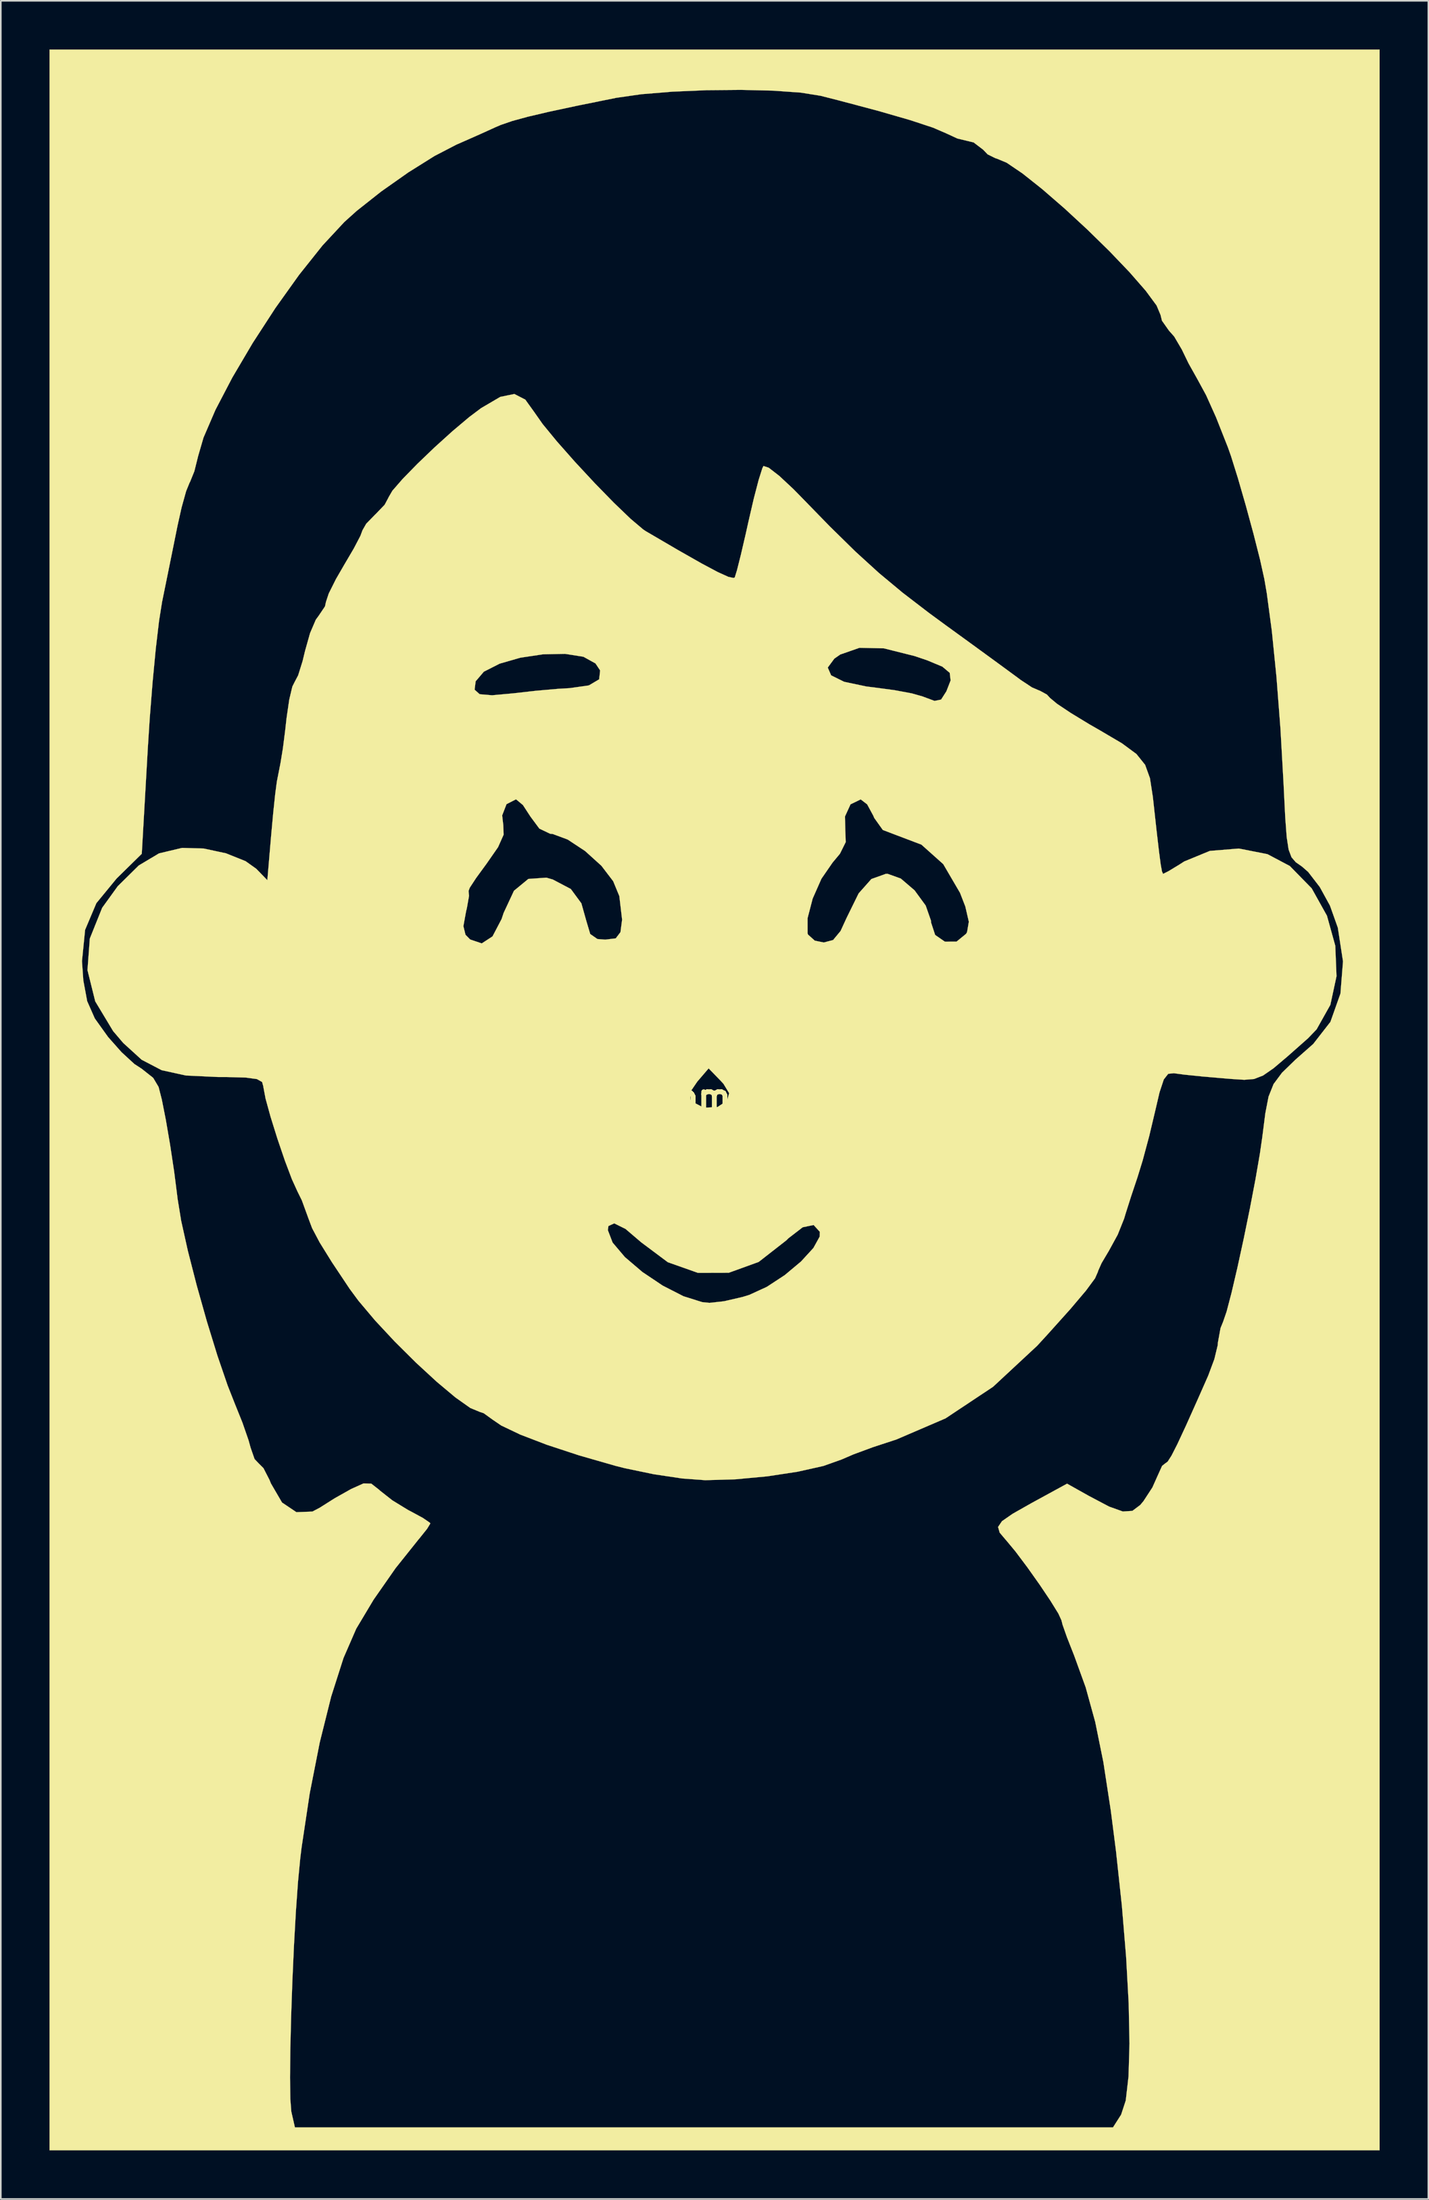
<source format=kicad_pcb>
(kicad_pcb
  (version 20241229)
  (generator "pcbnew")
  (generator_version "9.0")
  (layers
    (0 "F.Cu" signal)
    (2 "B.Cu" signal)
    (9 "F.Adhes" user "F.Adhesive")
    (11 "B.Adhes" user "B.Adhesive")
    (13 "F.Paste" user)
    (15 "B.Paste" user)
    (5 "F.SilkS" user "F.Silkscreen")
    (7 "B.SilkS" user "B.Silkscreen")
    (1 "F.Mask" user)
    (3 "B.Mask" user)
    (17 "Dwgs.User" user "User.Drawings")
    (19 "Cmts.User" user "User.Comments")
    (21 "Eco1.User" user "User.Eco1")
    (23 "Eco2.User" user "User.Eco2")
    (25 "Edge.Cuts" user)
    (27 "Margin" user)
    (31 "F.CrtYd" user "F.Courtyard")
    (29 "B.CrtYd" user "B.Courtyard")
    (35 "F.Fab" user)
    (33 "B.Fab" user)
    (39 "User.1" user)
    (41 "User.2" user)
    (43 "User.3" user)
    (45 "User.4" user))
  (footprint "women"
    (layer "F.Cu")
    (at 40.838 64.563)
    (property "Reference" "women" (at 0 0 0) (layer "F.SilkS") (effects (font (size 1.524 1.524) (thickness 0.3))))
    (attr through_hole)
    (fp_poly (pts (xy 41.154 64.911) (xy -40.833 64.911) (xy -40.833 -8.376) (xy -38.835 -8.376) (xy -38.752 -7.188) (xy -38.514 -5.909) (xy -38.044 -4.844) (xy -37.224 -3.698) (xy -36.394 -2.763) (xy -35.605 -2.037) (xy -35.151 -1.741) (xy -34.445 -1.182) (xy -34.113 -0.624) (xy -33.914 0.151) (xy -33.664 1.417) (xy -33.399 2.968) (xy -33.153 4.596) (xy -32.962 6.093) (xy -32.944 6.255) (xy -32.719 7.634) (xy -32.308 9.48) (xy -31.763 11.605) (xy -31.138 13.822) (xy -30.485 15.941) (xy -29.856 17.776) (xy -29.423 18.874) (xy -28.944 20.064) (xy -28.566 21.155) (xy -28.441 21.608) (xy -28.197 22.309) (xy -27.942 22.578) (xy -27.648 22.871) (xy -27.275 23.598) (xy -27.189 23.812) (xy -26.503 24.99) (xy -25.617 25.585) (xy -24.63 25.548) (xy -24.164 25.301) (xy -23.254 24.725) (xy -22.247 24.159) (xy -22.227 24.149) (xy -21.477 23.812) (xy -21.002 23.826) (xy -20.512 24.209) (xy -20.459 24.261) (xy -19.705 24.854) (xy -18.736 25.448) (xy -18.568 25.535) (xy -17.819 25.941) (xy -17.396 26.231) (xy -17.362 26.282) (xy -17.56 26.609) (xy -18.041 27.209) (xy -18.085 27.26) (xy -19.505 29.037) (xy -20.861 30.981) (xy -21.928 32.765) (xy -22.713 34.57) (xy -23.474 36.951) (xy -24.179 39.777) (xy -24.797 42.917) (xy -25.297 46.243) (xy -25.38 46.919) (xy -25.518 48.356) (xy -25.649 50.182) (xy -25.766 52.261) (xy -25.865 54.46) (xy -25.942 56.643) (xy -25.992 58.676) (xy -26.01 60.423) (xy -25.992 61.75) (xy -25.932 62.522) (xy -25.923 62.564) (xy -25.709 63.5) (xy 24.72 63.5) (xy 25.221 62.716) (xy 25.507 61.843) (xy 25.678 60.356) (xy 25.737 58.334) (xy 25.687 55.857) (xy 25.53 53.004) (xy 25.269 49.854) (xy 24.907 46.487) (xy 24.585 43.973) (xy 24.126 40.984) (xy 23.625 38.516) (xy 23.038 36.385) (xy 22.321 34.407) (xy 22.29 34.33) (xy 21.881 33.289) (xy 21.61 32.517) (xy 21.542 32.246) (xy 21.354 31.835) (xy 20.865 31.044) (xy 20.187 30.035) (xy 19.432 28.97) (xy 18.711 28.01) (xy 18.136 27.317) (xy 18.104 27.283) (xy 17.735 26.846) (xy 17.635 26.496) (xy 17.876 26.14) (xy 18.532 25.684) (xy 19.676 25.036) (xy 20.027 24.844) (xy 21.888 23.828) (xy 23.242 24.587) (xy 24.484 25.242) (xy 25.326 25.543) (xy 25.914 25.506) (xy 26.397 25.143) (xy 26.593 24.912) (xy 27.149 24.061) (xy 27.479 23.322) (xy 27.746 22.733) (xy 27.94 22.578) (xy 28.089 22.471) (xy 28.327 22.099) (xy 28.693 21.38) (xy 29.226 20.234) (xy 29.965 18.583) (xy 30.591 17.165) (xy 30.969 16.15) (xy 31.175 15.298) (xy 31.187 15.131) (xy 31.349 14.239) (xy 31.51 13.842) (xy 31.723 13.223) (xy 32.027 12.063) (xy 32.389 10.516) (xy 32.777 8.734) (xy 33.159 6.868) (xy 33.502 5.072) (xy 33.774 3.498) (xy 33.923 2.469) (xy 34.11 1.003) (xy 34.309 -0.026) (xy 34.618 -0.8) (xy 35.136 -1.497) (xy 35.961 -2.299) (xy 37.064 -3.273) (xy 38.123 -4.633) (xy 38.741 -6.378) (xy 38.899 -8.362) (xy 38.579 -10.44) (xy 38.095 -11.799) (xy 37.466 -12.946) (xy 36.751 -13.874) (xy 36.365 -14.21) (xy 35.986 -14.475) (xy 35.723 -14.78) (xy 35.546 -15.252) (xy 35.428 -16.022) (xy 35.339 -17.217) (xy 35.251 -18.968) (xy 35.235 -19.309) (xy 35.043 -22.713) (xy 34.797 -25.899) (xy 34.512 -28.726) (xy 34.2 -31.055) (xy 34.05 -31.926) (xy 33.785 -33.123) (xy 33.381 -34.716) (xy 32.904 -36.469) (xy 32.42 -38.144) (xy 31.994 -39.505) (xy 31.805 -40.04) (xy 31.072 -41.895) (xy 30.459 -43.259) (xy 29.907 -44.274) (xy 29.382 -45.209) (xy 28.987 -46.023) (xy 28.975 -46.052) (xy 28.494 -46.87) (xy 28.166 -47.242) (xy 27.739 -47.848) (xy 27.651 -48.205) (xy 27.407 -48.786) (xy 26.739 -49.692) (xy 25.741 -50.835) (xy 24.509 -52.123) (xy 23.138 -53.466) (xy 21.723 -54.774) (xy 20.358 -55.957) (xy 19.139 -56.925) (xy 18.161 -57.587) (xy 17.518 -57.854) (xy 17.484 -57.856) (xy 16.991 -58.101) (xy 16.719 -58.385) (xy 16.128 -58.836) (xy 15.795 -58.916) (xy 15.131 -59.075) (xy 14.442 -59.393) (xy 13.622 -59.747) (xy 12.209 -60.213) (xy 10.245 -60.78) (xy 7.77 -61.437) (xy 6.69 -61.711) (xy 5.473 -61.905) (xy 3.784 -62.026) (xy 1.789 -62.075) (xy -0.343 -62.053) (xy -2.445 -61.963) (xy -4.352 -61.807) (xy -5.894 -61.586) (xy -5.948 -61.575) (xy -8.261 -61.107) (xy -10.032 -60.729) (xy -11.354 -60.419) (xy -12.319 -60.155) (xy -13.021 -59.913) (xy -13.343 -59.775) (xy -14.254 -59.361) (xy -15.377 -58.864) (xy -15.754 -58.7) (xy -17.103 -58) (xy -18.721 -56.986) (xy -20.393 -55.809) (xy -21.901 -54.616) (xy -22.661 -53.933) (xy -24.006 -52.487) (xy -25.449 -50.676) (xy -26.91 -48.631) (xy -28.31 -46.476) (xy -29.569 -44.341) (xy -30.607 -42.353) (xy -31.345 -40.639) (xy -31.673 -39.511) (xy -31.908 -38.567) (xy -32.173 -37.913) (xy -32.198 -37.875) (xy -32.416 -37.339) (xy -32.694 -36.338) (xy -32.942 -35.229) (xy -33.265 -33.63) (xy -33.636 -31.803) (xy -33.898 -30.515) (xy -34.085 -29.34) (xy -34.286 -27.633) (xy -34.483 -25.565) (xy -34.661 -23.31) (xy -34.776 -21.519) (xy -35.149 -14.993) (xy -36.697 -13.474) (xy -37.948 -11.95) (xy -38.643 -10.305) (xy -38.835 -8.376) (xy -40.833 -8.376) (xy -40.833 -64.558) (xy 41.154 -64.558) (xy 41.154 64.911)) (stroke (width 0.01) (type solid)) (fill yes) (layer "F.SilkS"))
    (fp_poly (pts (xy -11.507 -42.983) (xy -10.976 -42.245) (xy -10.439 -41.479) (xy -9.555 -40.403) (xy -8.446 -39.148) (xy -7.237 -37.847) (xy -6.05 -36.63) (xy -5.01 -35.632) (xy -4.24 -34.982) (xy -4.074 -34.871) (xy -2.119 -33.728) (xy -0.663 -32.9) (xy 0.358 -32.356) (xy 1.003 -32.063) (xy 1.335 -31.99) (xy 1.406 -32.03) (xy 1.542 -32.47) (xy 1.783 -33.428) (xy 2.087 -34.736) (xy 2.248 -35.461) (xy 2.577 -36.881) (xy 2.877 -38.034) (xy 3.104 -38.751) (xy 3.174 -38.893) (xy 3.495 -38.788) (xy 4.15 -38.281) (xy 5.02 -37.469) (xy 5.392 -37.091) (xy 7.271 -35.162) (xy 8.855 -33.608) (xy 10.297 -32.295) (xy 11.748 -31.087) (xy 13.36 -29.85) (xy 14.468 -29.037) (xy 15.904 -27.995) (xy 17.217 -27.039) (xy 18.279 -26.262) (xy 18.959 -25.761) (xy 19.037 -25.703) (xy 19.723 -25.249) (xy 20.19 -25.048) (xy 20.203 -25.047) (xy 20.645 -24.807) (xy 20.842 -24.593) (xy 21.266 -24.24) (xy 22.12 -23.67) (xy 23.255 -22.979) (xy 23.913 -22.601) (xy 25.273 -21.8) (xy 26.164 -21.142) (xy 26.7 -20.475) (xy 26.998 -19.651) (xy 27.173 -18.519) (xy 27.193 -18.344) (xy 27.402 -16.446) (xy 27.554 -15.143) (xy 27.661 -14.332) (xy 27.739 -13.907) (xy 27.802 -13.763) (xy 27.816 -13.758) (xy 28.14 -13.921) (xy 28.812 -14.328) (xy 29.113 -14.521) (xy 30.691 -15.17) (xy 32.477 -15.316) (xy 34.239 -14.97) (xy 35.619 -14.24) (xy 36.968 -12.862) (xy 37.908 -11.177) (xy 38.422 -9.325) (xy 38.498 -7.447) (xy 38.118 -5.683) (xy 37.27 -4.172) (xy 36.742 -3.623) (xy 35.494 -2.519) (xy 34.617 -1.776) (xy 33.972 -1.329) (xy 33.418 -1.113) (xy 32.814 -1.063) (xy 32.02 -1.115) (xy 31.421 -1.165) (xy 30.178 -1.273) (xy 29.125 -1.381) (xy 28.485 -1.466) (xy 28.474 -1.468) (xy 28.124 -1.433) (xy 27.851 -1.085) (xy 27.588 -0.29) (xy 27.314 0.882) (xy 26.952 2.407) (xy 26.547 3.914) (xy 26.231 4.939) (xy 25.835 6.124) (xy 25.492 7.202) (xy 25.405 7.495) (xy 25.011 8.48) (xy 24.459 9.489) (xy 24.458 9.49) (xy 24.015 10.236) (xy 23.797 10.728) (xy 23.792 10.764) (xy 23.614 11.17) (xy 23.058 11.924) (xy 22.095 13.062) (xy 20.694 14.622) (xy 20.043 15.331) (xy 17.327 17.856) (xy 14.395 19.804) (xy 11.345 21.114) (xy 11.2 21.159) (xy 9.919 21.579) (xy 8.728 22.019) (xy 7.985 22.339) (xy 6.86 22.738) (xy 5.274 23.092) (xy 3.412 23.375) (xy 1.455 23.558) (xy -0.413 23.613) (xy -0.415 23.613) (xy -1.833 23.508) (xy -3.58 23.247) (xy -5.366 22.876) (xy -5.948 22.729) (xy -8.191 22.085) (xy -10.179 21.431) (xy -11.812 20.805) (xy -12.99 20.244) (xy -13.529 19.876) (xy -14.069 19.486) (xy -14.316 19.403) (xy -14.897 19.163) (xy -15.816 18.512) (xy -16.967 17.547) (xy -18.246 16.369) (xy -19.548 15.076) (xy -20.767 13.769) (xy -21.798 12.546) (xy -22.335 11.818) (xy -23.429 10.177) (xy -24.18 8.967) (xy -24.584 8.202) (xy -6.42 8.202) (xy -6.125 8.97) (xy -5.367 9.864) (xy -4.29 10.782) (xy -3.04 11.62) (xy -1.761 12.275) (xy -0.598 12.641) (xy -0.161 12.685) (xy 0.745 12.585) (xy 1.878 12.323) (xy 2.3 12.194) (xy 3.381 11.698) (xy 4.489 10.972) (xy 5.49 10.134) (xy 6.252 9.302) (xy 6.642 8.597) (xy 6.65 8.306) (xy 6.265 7.885) (xy 5.592 8.025) (xy 4.709 8.705) (xy 4.581 8.833) (xy 2.878 10.162) (xy 1.033 10.83) (xy -0.863 10.836) (xy -2.722 10.179) (xy -4.363 8.952) (xy -5.331 8.126) (xy -6.024 7.784) (xy -6.383 7.947) (xy -6.42 8.202) (xy -24.584 8.202) (xy -24.652 8.072) (xy -24.912 7.38) (xy -24.919 7.357) (xy -25.28 6.369) (xy -25.552 5.816) (xy -25.894 5.066) (xy -26.33 3.911) (xy -26.79 2.559) (xy -27.209 1.217) (xy -27.518 0.093) (xy -27.591 -0.296) (xy -1.352 -0.296) (xy -1.318 0.157) (xy -1.22 0.285) (xy -0.506 0.658) (xy 0.338 0.616) (xy 0.921 0.234) (xy 1.059 -0.238) (xy 0.707 -0.818) (xy 0.536 -1.003) (xy -0.206 -1.768) (xy -0.905 -0.952) (xy -1.352 -0.296) (xy -27.591 -0.296) (xy -27.65 -0.606) (xy -27.651 -0.639) (xy -27.731 -0.929) (xy -28.051 -1.108) (xy -28.732 -1.201) (xy -29.891 -1.234) (xy -30.464 -1.236) (xy -32.418 -1.327) (xy -33.923 -1.656) (xy -35.155 -2.299) (xy -36.292 -3.334) (xy -36.915 -4.066) (xy -38.017 -5.898) (xy -38.495 -7.822) (xy -38.351 -9.768) (xy -38.045 -10.531) (xy -15.324 -10.531) (xy -15.194 -10.002) (xy -14.909 -9.712) (xy -14.19 -9.469) (xy -13.529 -9.9) (xy -12.967 -10.973) (xy -12.843 -11.347) (xy -12.206 -12.713) (xy -11.32 -13.443) (xy -10.208 -13.521) (xy -9.814 -13.408) (xy -8.702 -12.823) (xy -8.051 -11.94) (xy -7.743 -10.846) (xy -7.505 -10.047) (xy -7.063 -9.739) (xy -6.578 -9.701) (xy -5.931 -9.781) (xy -5.641 -10.162) (xy -5.539 -10.936) (xy -5.55 -11.026) (xy 5.893 -11.026) (xy 5.894 -10.091) (xy 5.917 -10.017) (xy 6.335 -9.64) (xy 6.888 -9.525) (xy 7.465 -9.676) (xy 7.927 -10.234) (xy 8.294 -11.032) (xy 9.041 -12.552) (xy 9.826 -13.437) (xy 10.713 -13.755) (xy 10.826 -13.758) (xy 11.639 -13.467) (xy 12.488 -12.74) (xy 13.174 -11.802) (xy 13.499 -10.873) (xy 13.504 -10.76) (xy 13.757 -9.99) (xy 14.359 -9.575) (xy 15.074 -9.578) (xy 15.666 -10.062) (xy 15.725 -10.17) (xy 15.834 -10.804) (xy 15.618 -11.742) (xy 15.291 -12.586) (xy 14.256 -14.356) (xy 12.911 -15.557) (xy 11.44 -16.115) (xy 10.532 -16.46) (xy 10 -17.206) (xy 9.951 -17.328) (xy 9.566 -18.04) (xy 9.17 -18.344) (xy 9.164 -18.344) (xy 8.541 -18.042) (xy 8.197 -17.291) (xy 8.218 -16.447) (xy 8.245 -15.715) (xy 7.888 -14.996) (xy 7.436 -14.454) (xy 6.748 -13.456) (xy 6.206 -12.23) (xy 5.893 -11.026) (xy -5.55 -11.026) (xy -5.71 -12.385) (xy -6.09 -13.305) (xy -6.818 -14.257) (xy -7.823 -15.165) (xy -8.894 -15.871) (xy -9.821 -16.216) (xy -9.976 -16.228) (xy -10.64 -16.545) (xy -11.188 -17.284) (xy -11.653 -17.997) (xy -12.062 -18.338) (xy -12.098 -18.342) (xy -12.665 -18.052) (xy -12.934 -17.358) (xy -12.865 -16.757) (xy -12.843 -16.172) (xy -13.186 -15.402) (xy -13.899 -14.376) (xy -14.534 -13.508) (xy -14.931 -12.902) (xy -15.006 -12.7) (xy -14.976 -12.402) (xy -15.106 -11.662) (xy -15.16 -11.434) (xy -15.324 -10.531) (xy -38.045 -10.531) (xy -37.589 -11.666) (xy -36.629 -12.995) (xy -35.335 -14.272) (xy -34.088 -15.017) (xy -32.687 -15.35) (xy -32.634 -15.355) (xy -31.335 -15.318) (xy -29.954 -15.021) (xy -28.751 -14.538) (xy -28.092 -14.069) (xy -27.408 -13.364) (xy -27.173 -16.119) (xy -27.045 -17.516) (xy -26.921 -18.692) (xy -26.824 -19.426) (xy -26.812 -19.491) (xy -26.597 -20.584) (xy -26.447 -21.504) (xy -26.308 -22.598) (xy -26.222 -23.366) (xy -26.058 -24.491) (xy -25.912 -25.107) (xy -14.633 -25.107) (xy -14.322 -24.828) (xy -13.552 -24.762) (xy -12.24 -24.882) (xy -12.218 -24.885) (xy -10.862 -25.038) (xy -9.533 -25.156) (xy -8.764 -25.202) (xy -7.59 -25.37) (xy -6.954 -25.745) (xy -6.894 -26.293) (xy -7.011 -26.47) (xy 7.136 -26.47) (xy 7.346 -25.988) (xy 8.147 -25.593) (xy 9.515 -25.304) (xy 10.006 -25.244) (xy 11.252 -25.077) (xy 12.32 -24.878) (xy 12.975 -24.692) (xy 13.717 -24.415) (xy 14.124 -24.497) (xy 14.442 -24.994) (xy 14.457 -25.024) (xy 14.711 -25.677) (xy 14.656 -26.145) (xy 14.203 -26.526) (xy 13.263 -26.919) (xy 12.494 -27.179) (xy 10.591 -27.656) (xy 9.094 -27.689) (xy 7.907 -27.275) (xy 7.543 -27.021) (xy 7.136 -26.47) (xy -7.011 -26.47) (xy -7.181 -26.725) (xy -7.924 -27.137) (xy -9.059 -27.316) (xy -10.412 -27.288) (xy -11.812 -27.078) (xy -13.086 -26.712) (xy -14.063 -26.216) (xy -14.568 -25.624) (xy -14.633 -25.107) (xy -25.912 -25.107) (xy -25.866 -25.301) (xy -25.731 -25.57) (xy -25.509 -25.992) (xy -25.235 -26.869) (xy -25.083 -27.498) (xy -24.775 -28.593) (xy -24.42 -29.421) (xy -24.246 -29.659) (xy -23.855 -30.239) (xy -23.792 -30.523) (xy -23.623 -31.036) (xy -23.182 -31.918) (xy -22.667 -32.808) (xy -22.078 -33.811) (xy -21.671 -34.589) (xy -21.542 -34.935) (xy -21.313 -35.335) (xy -20.761 -35.9) (xy -20.738 -35.92) (xy -20.176 -36.506) (xy -19.934 -36.96) (xy -19.934 -36.968) (xy -19.699 -37.371) (xy -19.071 -38.092) (xy -18.167 -39.019) (xy -17.104 -40.038) (xy -15.998 -41.038) (xy -14.968 -41.906) (xy -14.234 -42.458) (xy -13.049 -43.153) (xy -12.183 -43.331) (xy -11.507 -42.983)) (stroke (width 0.01) (type solid)) (fill yes) (layer "F.SilkS")))
  (gr_rect
    (start -3 -3)
    (end 84.997 132.479)
    (stroke (width 0.1) (type default))
    (fill no)
    (layer "Edge.Cuts")))
</source>
